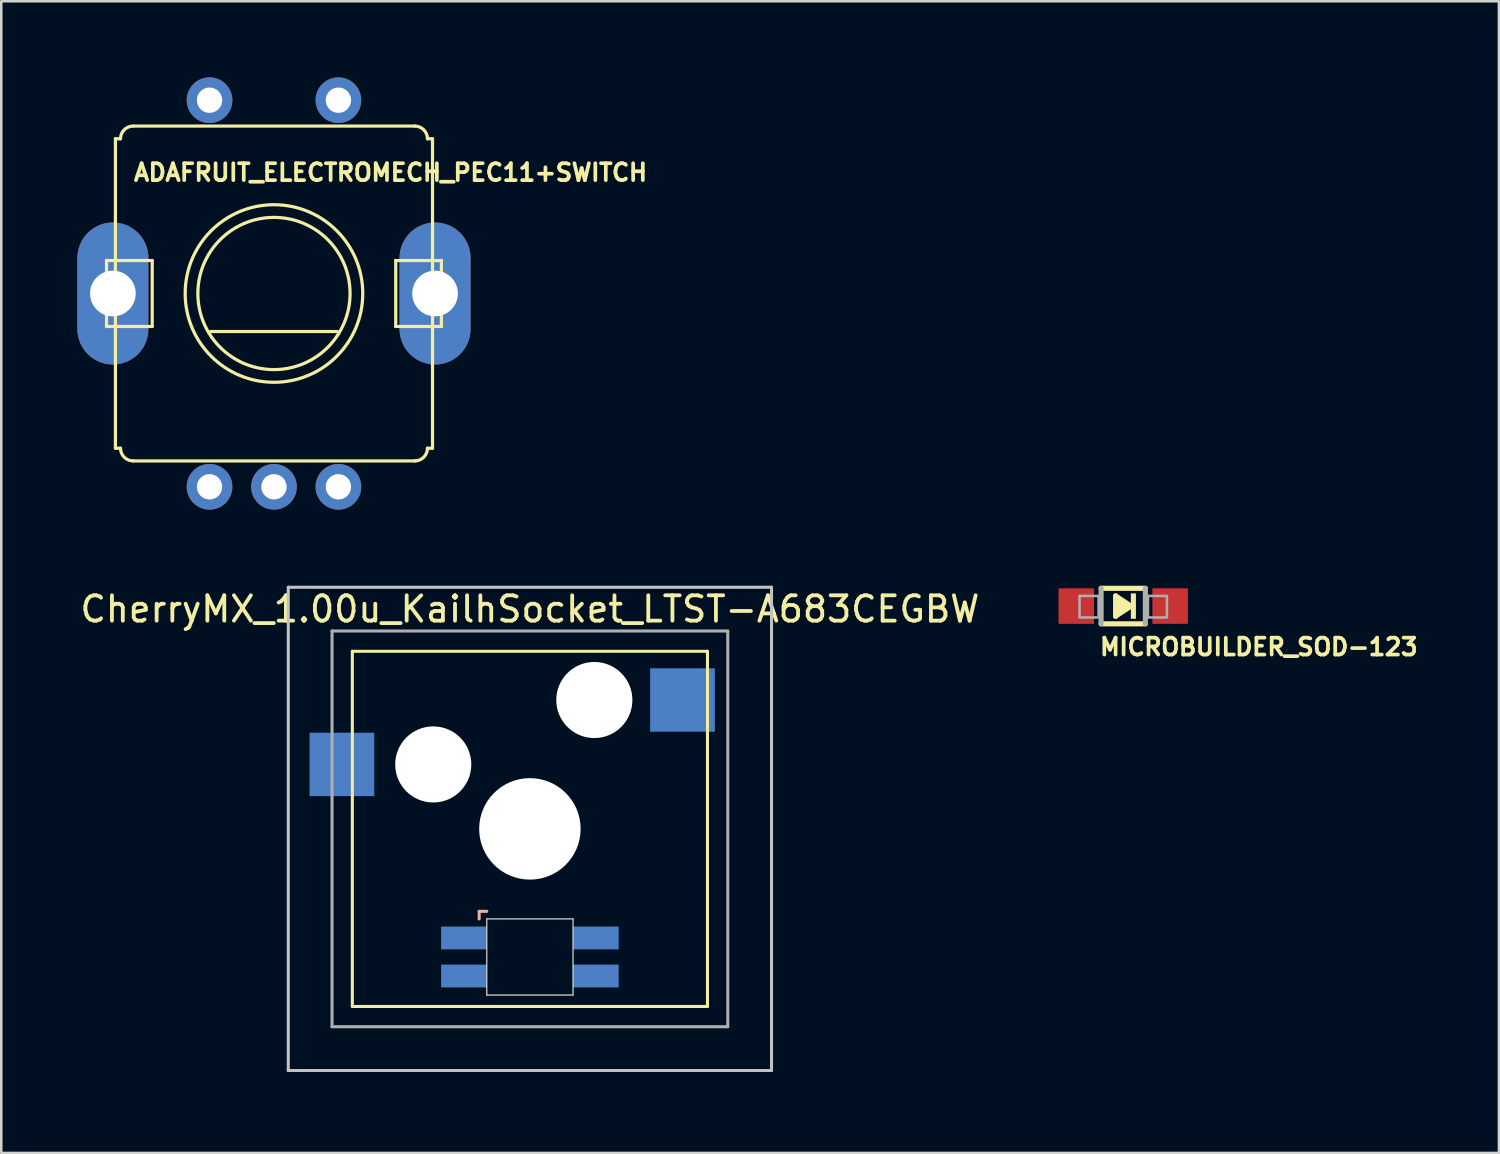
<source format=kicad_pcb>
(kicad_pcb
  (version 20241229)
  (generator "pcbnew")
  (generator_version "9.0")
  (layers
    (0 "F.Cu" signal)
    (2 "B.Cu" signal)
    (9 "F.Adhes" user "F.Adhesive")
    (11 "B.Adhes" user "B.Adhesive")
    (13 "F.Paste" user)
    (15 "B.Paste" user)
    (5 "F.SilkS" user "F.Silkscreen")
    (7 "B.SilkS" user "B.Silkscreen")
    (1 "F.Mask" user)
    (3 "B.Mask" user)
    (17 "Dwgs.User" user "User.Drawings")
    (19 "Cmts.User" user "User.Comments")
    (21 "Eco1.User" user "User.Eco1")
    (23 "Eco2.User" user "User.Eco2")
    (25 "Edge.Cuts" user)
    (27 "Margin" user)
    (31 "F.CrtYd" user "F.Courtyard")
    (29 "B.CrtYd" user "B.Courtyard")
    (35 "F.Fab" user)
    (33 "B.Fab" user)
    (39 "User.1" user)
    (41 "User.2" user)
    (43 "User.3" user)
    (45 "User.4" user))
  (footprint "CherryMX_1.00u_KailhSocket_LTST-A683CEGBW"
    (layer "F.Cu")
    (at 8.314 39.15)
    (property "Reference" "CherryMX_1.00u_KailhSocket_LTST-A683CEGBW" (at 9.525 -18.188 0) (layer "F.SilkS") (effects (font (size 1 1) (thickness 0.15))))
    (attr through_hole)
    (fp_line (start 2.525 -16.525) (end 2.525 -2.525) (stroke (width 0.12) (type solid)) (layer "F.SilkS"))
    (fp_line (start 2.525 -16.525) (end 16.525 -16.525) (stroke (width 0.12) (type solid)) (layer "F.SilkS"))
    (fp_line (start 16.525 -16.525) (end 16.525 -2.525) (stroke (width 0.12) (type solid)) (layer "F.SilkS"))
    (fp_line (start 16.525 -2.525) (end 2.525 -2.525) (stroke (width 0.12) (type solid)) (layer "F.SilkS"))
    (fp_line (start 7.525 -6.275) (end 7.525 -5.975) (stroke (width 0.12) (type solid)) (layer "B.SilkS"))
    (fp_line (start 7.825 -6.275) (end 7.525 -6.275) (stroke (width 0.12) (type solid)) (layer "B.SilkS"))
    (fp_line (start 0 -19.05) (end 19.05 -19.05) (stroke (width 0.12) (type solid)) (layer "Dwgs.User"))
    (fp_line (start 0 0) (end 0 -19.05) (stroke (width 0.12) (type solid)) (layer "Dwgs.User"))
    (fp_line (start 19.05 -19.05) (end 19.05 0) (stroke (width 0.12) (type solid)) (layer "Dwgs.User"))
    (fp_line (start 19.05 0) (end 0 0) (stroke (width 0.12) (type solid)) (layer "Dwgs.User"))
    (fp_line (start 7.825 -5.975) (end 11.225 -5.975) (stroke (width 0.05) (type solid)) (layer "Edge.Cuts"))
    (fp_line (start 7.825 -2.975) (end 7.825 -5.975) (stroke (width 0.05) (type solid)) (layer "Edge.Cuts"))
    (fp_line (start 11.225 -5.975) (end 11.225 -2.975) (stroke (width 0.05) (type solid)) (layer "Edge.Cuts"))
    (fp_line (start 11.225 -2.975) (end 7.825 -2.975) (stroke (width 0.05) (type solid)) (layer "Edge.Cuts"))
    (fp_line (start 1.725 -17.325) (end 1.725 -1.725) (stroke (width 0.12) (type solid)) (layer "F.Fab"))
    (fp_line (start 1.725 -17.325) (end 17.325 -17.325) (stroke (width 0.12) (type solid)) (layer "F.Fab"))
    (fp_line (start 1.725 -1.725) (end 17.325 -1.725) (stroke (width 0.12) (type solid)) (layer "F.Fab"))
    (fp_line (start 17.325 -17.325) (end 17.325 -1.725) (stroke (width 0.12) (type solid)) (layer "F.Fab"))
    (pad "" np_thru_hole circle (at 5.715 -12.065) (size 3 3) (drill 3) (layers "*.Cu" "*.Mask"))
    (pad "" np_thru_hole circle (at 9.525 -9.525) (size 4 4) (drill 4) (layers "*.Cu" "*.Mask"))
    (pad "" np_thru_hole circle (at 12.065 -14.605) (size 3 3) (drill 3) (layers "*.Cu" "*.Mask"))
    (pad "1" smd rect (at 2.115 -12.065) (size 2.55 2.5) (layers "B.Cu" "B.Mask" "B.Paste"))
    (pad "2" smd rect (at 15.54 -14.605) (size 2.55 2.5) (layers "B.Cu" "B.Mask" "B.Paste"))
    (pad "3" smd rect (at 6.925 -5.225) (size 1.8 0.9) (layers "B.Cu" "B.Mask" "B.Paste"))
    (pad "4" smd rect (at 6.925 -3.725) (size 1.8 0.9) (layers "B.Cu" "B.Mask" "B.Paste"))
    (pad "5" smd rect (at 12.125 -5.225) (size 1.8 0.9) (layers "B.Cu" "B.Mask" "B.Paste"))
    (pad "6" smd rect (at 12.125 -3.725) (size 1.8 0.9) (layers "B.Cu" "B.Mask" "B.Paste")))
  (footprint "MICROBUILDER_SOD-123"
    (layer "F.Cu")
    (at 41.229 20.842)
    (property "Reference" "MICROBUILDER_SOD-123" (at -1 2 0) (unlocked yes) (layer "F.SilkS") (effects (font (size 0.666 0.666) (thickness 0.146)) (justify left bottom)))
    (fp_line (start -0.873 0.7) (end 0.873 0.7) (stroke (width 0.203) (type solid)) (layer "F.SilkS"))
    (fp_line (start -0.3 -0.4) (end -0.3 0.4) (stroke (width 0.203) (type solid)) (layer "F.SilkS"))
    (fp_line (start -0.3 0.4) (end 0.3 0) (stroke (width 0.203) (type solid)) (layer "F.SilkS"))
    (fp_line (start 0.3 0) (end -0.3 -0.4) (stroke (width 0.203) (type solid)) (layer "F.SilkS"))
    (fp_line (start 0.873 -0.7) (end -0.873 -0.7) (stroke (width 0.203) (type solid)) (layer "F.SilkS"))
    (fp_rect (start 0.3 -0.5) (end 0.5 0.5) (stroke (width 0) (type default)) (fill yes) (layer "F.SilkS"))
    (fp_poly (pts (xy -0.302 0.39) (xy 0.283 0) (xy -0.302 -0.39)) (stroke (width 0) (type default)) (fill yes) (layer "F.SilkS"))
    (fp_line (start -0.873 -0.7) (end -0.873 0.7) (stroke (width 0.203) (type solid)) (layer "F.Fab"))
    (fp_line (start 0.873 0.7) (end 0.873 -0.7) (stroke (width 0.203) (type solid)) (layer "F.Fab"))
    (fp_rect (start -1.723 -0.4) (end -0.973 0.45) (stroke (width 0.1) (type default)) (fill no) (layer "F.Fab"))
    (fp_rect (start 0.973 -0.4) (end 1.723 0.45) (stroke (width 0.1) (type default)) (fill no) (layer "F.Fab"))
    (pad "A" smd rect (at -1.85 0 270) (size 1.4 1.4) (layers "F.Cu" "F.Mask" "F.Paste"))
    (pad "C" smd rect (at 1.85 0 270) (size 1.4 1.4) (layers "F.Cu" "F.Mask" "F.Paste")))
  (footprint "ADAFRUIT_ELECTROMECH_PEC11+SWITCH"
    (layer "F.Cu")
    (at 7.75 8.52)
    (property "Reference" "ADAFRUIT_ELECTROMECH_PEC11+SWITCH" (at -5.6 -4.38 0) (unlocked yes) (layer "F.SilkS") (effects (font (size 0.666 0.666) (thickness 0.146)) (justify left bottom)))
    (fp_line (start -6.6 -1.3) (end -6.6 1.3) (stroke (width 0.127) (type solid)) (layer "F.SilkS"))
    (fp_line (start -6.6 1.3) (end -4.8 1.3) (stroke (width 0.127) (type solid)) (layer "F.SilkS"))
    (fp_line (start -6.25 6.1) (end -6.25 -6.1) (stroke (width 0.127) (type solid)) (layer "F.SilkS"))
    (fp_line (start -6.05 -6.1) (end -6.25 -6.1) (stroke (width 0.127) (type solid)) (layer "F.SilkS"))
    (fp_line (start -6.05 6.1) (end -6.25 6.1) (stroke (width 0.127) (type solid)) (layer "F.SilkS"))
    (fp_line (start -5.55 -6.6) (end 5.55 -6.6) (stroke (width 0.127) (type solid)) (layer "F.SilkS"))
    (fp_line (start -4.8 -1.3) (end -6.6 -1.3) (stroke (width 0.127) (type solid)) (layer "F.SilkS"))
    (fp_line (start -4.8 1.3) (end -4.8 -1.3) (stroke (width 0.127) (type solid)) (layer "F.SilkS"))
    (fp_line (start -2.5 1.5) (end 2.5 1.5) (stroke (width 0.127) (type solid)) (layer "F.SilkS"))
    (fp_line (start 4.8 -1.3) (end 4.8 1.3) (stroke (width 0.127) (type solid)) (layer "F.SilkS"))
    (fp_line (start 4.8 1.3) (end 6.6 1.3) (stroke (width 0.127) (type solid)) (layer "F.SilkS"))
    (fp_line (start 5.55 6.6) (end -5.55 6.6) (stroke (width 0.127) (type solid)) (layer "F.SilkS"))
    (fp_line (start 6.05 -6.1) (end 6.25 -6.1) (stroke (width 0.127) (type solid)) (layer "F.SilkS"))
    (fp_line (start 6.05 6.1) (end 6.25 6.1) (stroke (width 0.127) (type solid)) (layer "F.SilkS"))
    (fp_line (start 6.25 -6.1) (end 6.25 6.1) (stroke (width 0.127) (type solid)) (layer "F.SilkS"))
    (fp_line (start 6.6 -1.3) (end 4.8 -1.3) (stroke (width 0.127) (type solid)) (layer "F.SilkS"))
    (fp_line (start 6.6 1.3) (end 6.6 -1.3) (stroke (width 0.127) (type solid)) (layer "F.SilkS"))
    (fp_arc (start -6.05 -6.1) (mid -5.903553 -6.453553) (end -5.55 -6.6) (stroke (width 0.127) (type solid)) (layer "F.SilkS"))
    (fp_arc (start -5.55 6.6) (mid -5.903553 6.453553) (end -6.05 6.1) (stroke (width 0.127) (type solid)) (layer "F.SilkS"))
    (fp_arc (start 5.55 -6.6) (mid 5.903553 -6.453553) (end 6.05 -6.1) (stroke (width 0.127) (type solid)) (layer "F.SilkS"))
    (fp_arc (start 6.05 6.1) (mid 5.903553 6.453553) (end 5.55 6.6) (stroke (width 0.127) (type solid)) (layer "F.SilkS"))
    (fp_circle (center 0 0) (end 3 0) (stroke (width 0.127) (type solid)) (fill no) (layer "F.SilkS"))
    (fp_circle (center 0 0) (end 3.5 0) (stroke (width 0.127) (type solid)) (fill no) (layer "F.SilkS"))
    (pad "P$1" thru_hole circle (at -2.54 -7.62) (size 1.8 1.8) (drill 1) (layers "*.Cu" "*.Mask"))
    (pad "P$2" thru_hole circle (at 2.54 -7.62) (size 1.8 1.8) (drill 1) (layers "*.Cu" "*.Mask"))
    (pad "P$A" thru_hole circle (at -2.54 7.62) (size 1.8 1.8) (drill 1) (layers "*.Cu" "*.Mask"))
    (pad "P$B" thru_hole circle (at 2.54 7.62) (size 1.8 1.8) (drill 1) (layers "*.Cu" "*.Mask"))
    (pad "P$C" thru_hole circle (at 0 7.62) (size 1.8 1.8) (drill 1) (layers "*.Cu" "*.Mask"))
    (pad "P$GND1" thru_hole oval (at -6.35 0 90) (size 5.6 2.8) (drill 1.8) (layers "*.Cu" "*.Mask"))
    (pad "P$GND2" thru_hole oval (at 6.35 0 90) (size 5.6 2.8) (drill 1.8) (layers "*.Cu" "*.Mask")))
  (gr_rect
    (start -3 -3)
    (end 56.039 42.4)
    (stroke (width 0.1) (type default))
    (fill no)
    (layer "Edge.Cuts")))
</source>
